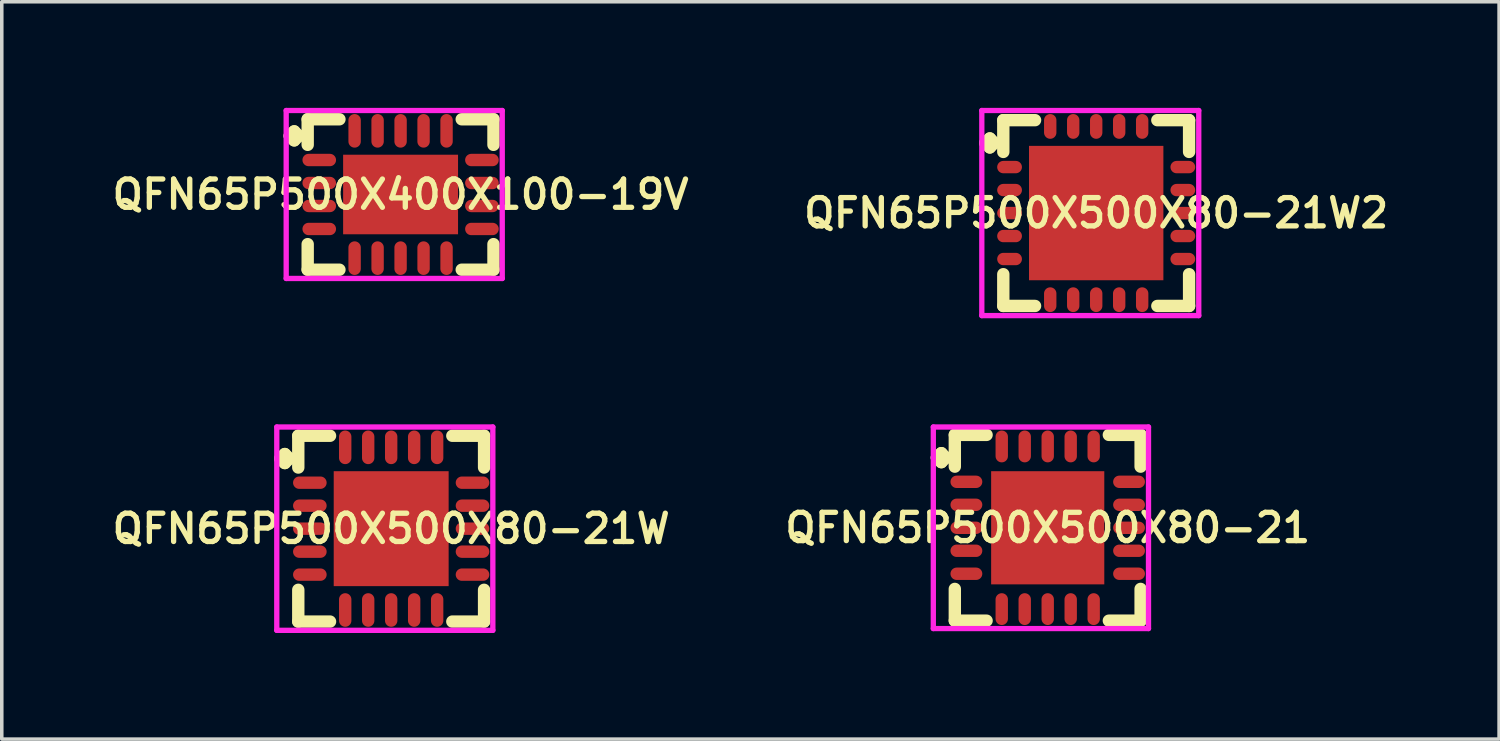
<source format=kicad_pcb>
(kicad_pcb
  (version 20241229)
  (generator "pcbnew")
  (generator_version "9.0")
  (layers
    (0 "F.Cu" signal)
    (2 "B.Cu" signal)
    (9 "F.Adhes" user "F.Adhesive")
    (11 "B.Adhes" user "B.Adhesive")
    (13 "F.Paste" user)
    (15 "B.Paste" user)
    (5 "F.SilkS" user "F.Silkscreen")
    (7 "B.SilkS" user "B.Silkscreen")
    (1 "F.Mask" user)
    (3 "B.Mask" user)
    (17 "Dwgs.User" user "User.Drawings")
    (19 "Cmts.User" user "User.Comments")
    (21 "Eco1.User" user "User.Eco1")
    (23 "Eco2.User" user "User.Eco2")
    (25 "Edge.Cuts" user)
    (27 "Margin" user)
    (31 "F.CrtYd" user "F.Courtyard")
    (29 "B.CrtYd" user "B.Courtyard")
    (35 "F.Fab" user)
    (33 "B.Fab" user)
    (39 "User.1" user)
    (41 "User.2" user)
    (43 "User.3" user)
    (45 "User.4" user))
  (footprint "QFN65P500X400X100-19V"
    (layer "F.Cu")
    (at 8.278 2.45)
    (property "Reference" "QFN65P500X400X100-19V" (at 0 0 0) (layer "F.SilkS") (effects (font (size 0.8 0.8) (thickness 0.15))))
    (attr smd)
    (fp_line (start -3.135 -1.658) (end -3.008 -1.785) (stroke (width 0.35) (type solid)) (layer "F.SilkS"))
    (fp_line (start -3.008 -1.785) (end -2.881 -1.658) (stroke (width 0.35) (type solid)) (layer "F.SilkS"))
    (fp_line (start -3.008 -1.531) (end -3.135 -1.658) (stroke (width 0.35) (type solid)) (layer "F.SilkS"))
    (fp_line (start -2.881 -1.658) (end -3.008 -1.531) (stroke (width 0.35) (type solid)) (layer "F.SilkS"))
    (fp_line (start -2.627 -2.127) (end -1.729 -2.127) (stroke (width 0.35) (type solid)) (layer "F.SilkS"))
    (fp_line (start -2.627 -1.404) (end -2.627 -2.127) (stroke (width 0.35) (type solid)) (layer "F.SilkS"))
    (fp_line (start -2.627 1.404) (end -2.627 2.127) (stroke (width 0.35) (type solid)) (layer "F.SilkS"))
    (fp_line (start -2.627 2.127) (end -1.729 2.127) (stroke (width 0.35) (type solid)) (layer "F.SilkS"))
    (fp_line (start 1.729 -2.127) (end 2.627 -2.127) (stroke (width 0.35) (type solid)) (layer "F.SilkS"))
    (fp_line (start 1.729 2.127) (end 2.627 2.127) (stroke (width 0.35) (type solid)) (layer "F.SilkS"))
    (fp_line (start 2.627 -2.127) (end 2.627 -1.404) (stroke (width 0.35) (type solid)) (layer "F.SilkS"))
    (fp_line (start 2.627 2.127) (end 2.627 1.404) (stroke (width 0.35) (type solid)) (layer "F.SilkS"))
    (fp_line (start -3.235 -2.375) (end 2.875 -2.375) (stroke (width 0.15) (type solid)) (layer "F.CrtYd"))
    (fp_line (start -3.235 2.375) (end -3.235 -2.375) (stroke (width 0.15) (type solid)) (layer "F.CrtYd"))
    (fp_line (start 2.875 -2.375) (end 2.875 2.375) (stroke (width 0.15) (type solid)) (layer "F.CrtYd"))
    (fp_line (start 2.875 2.375) (end -3.235 2.375) (stroke (width 0.15) (type solid)) (layer "F.CrtYd"))
    (pad "1" smd oval (at -2.3 -0.975) (size 0.95 0.35) (layers "F.Cu" "F.Mask" "F.Paste"))
    (pad "2" smd oval (at -2.3 -0.325) (size 0.95 0.35) (layers "F.Cu" "F.Mask" "F.Paste"))
    (pad "3" smd oval (at -2.3 0.325) (size 0.95 0.35) (layers "F.Cu" "F.Mask" "F.Paste"))
    (pad "4" smd oval (at -2.3 0.975) (size 0.95 0.35) (layers "F.Cu" "F.Mask" "F.Paste"))
    (pad "5" smd oval (at -1.3 1.8) (size 0.35 0.95) (layers "F.Cu" "F.Mask" "F.Paste"))
    (pad "6" smd oval (at -0.65 1.8) (size 0.35 0.95) (layers "F.Cu" "F.Mask" "F.Paste"))
    (pad "7" smd oval (at 0 1.8) (size 0.35 0.95) (layers "F.Cu" "F.Mask" "F.Paste"))
    (pad "8" smd oval (at 0.65 1.8) (size 0.35 0.95) (layers "F.Cu" "F.Mask" "F.Paste"))
    (pad "9" smd oval (at 1.3 1.8) (size 0.35 0.95) (layers "F.Cu" "F.Mask" "F.Paste"))
    (pad "10" smd oval (at 2.3 0.975) (size 0.95 0.35) (layers "F.Cu" "F.Mask" "F.Paste"))
    (pad "11" smd oval (at 2.3 0.325) (size 0.95 0.35) (layers "F.Cu" "F.Mask" "F.Paste"))
    (pad "12" smd oval (at 2.3 -0.325) (size 0.95 0.35) (layers "F.Cu" "F.Mask" "F.Paste"))
    (pad "13" smd oval (at 2.3 -0.975) (size 0.95 0.35) (layers "F.Cu" "F.Mask" "F.Paste"))
    (pad "14" smd oval (at 1.3 -1.8) (size 0.35 0.95) (layers "F.Cu" "F.Mask" "F.Paste"))
    (pad "15" smd oval (at 0.65 -1.8) (size 0.35 0.95) (layers "F.Cu" "F.Mask" "F.Paste"))
    (pad "16" smd oval (at 0 -1.8) (size 0.35 0.95) (layers "F.Cu" "F.Mask" "F.Paste"))
    (pad "17" smd oval (at -0.65 -1.8) (size 0.35 0.95) (layers "F.Cu" "F.Mask" "F.Paste"))
    (pad "18" smd oval (at -1.3 -1.8) (size 0.35 0.95) (layers "F.Cu" "F.Mask" "F.Paste"))
    (pad "19" smd rect (at 0 0) (size 3.25 2.25) (layers "F.Cu" "F.Mask" "F.Paste")))
  (footprint "QFN65P500X500X80-21W2"
    (layer "F.Cu")
    (at 27.949 2.975)
    (property "Reference" "QFN65P500X500X80-21W2" (at 0 0 0) (layer "F.SilkS") (effects (font (size 0.8 0.8) (thickness 0.15))))
    (attr through_hole)
    (fp_line (start -3.135 -1.983) (end -3.008 -2.11) (stroke (width 0.35) (type solid)) (layer "F.SilkS"))
    (fp_line (start -3.008 -2.11) (end -2.881 -1.983) (stroke (width 0.35) (type solid)) (layer "F.SilkS"))
    (fp_line (start -3.008 -1.856) (end -3.135 -1.983) (stroke (width 0.35) (type solid)) (layer "F.SilkS"))
    (fp_line (start -2.881 -1.983) (end -3.008 -1.856) (stroke (width 0.35) (type solid)) (layer "F.SilkS"))
    (fp_line (start -2.627 -2.627) (end -1.729 -2.627) (stroke (width 0.35) (type solid)) (layer "F.SilkS"))
    (fp_line (start -2.627 -1.729) (end -2.627 -2.627) (stroke (width 0.35) (type solid)) (layer "F.SilkS"))
    (fp_line (start -2.627 1.729) (end -2.627 2.627) (stroke (width 0.35) (type solid)) (layer "F.SilkS"))
    (fp_line (start -2.627 2.627) (end -1.729 2.627) (stroke (width 0.35) (type solid)) (layer "F.SilkS"))
    (fp_line (start 1.729 -2.627) (end 2.627 -2.627) (stroke (width 0.35) (type solid)) (layer "F.SilkS"))
    (fp_line (start 1.729 2.627) (end 2.627 2.627) (stroke (width 0.35) (type solid)) (layer "F.SilkS"))
    (fp_line (start 2.627 -2.627) (end 2.627 -1.729) (stroke (width 0.35) (type solid)) (layer "F.SilkS"))
    (fp_line (start 2.627 2.627) (end 2.627 1.729) (stroke (width 0.35) (type solid)) (layer "F.SilkS"))
    (fp_line (start -3.235 -2.9) (end 2.9 -2.9) (stroke (width 0.15) (type solid)) (layer "F.CrtYd"))
    (fp_line (start -3.235 2.9) (end -3.235 -2.9) (stroke (width 0.15) (type solid)) (layer "F.CrtYd"))
    (fp_line (start 2.9 -2.9) (end 2.9 2.9) (stroke (width 0.15) (type solid)) (layer "F.CrtYd"))
    (fp_line (start 2.9 2.9) (end -3.235 2.9) (stroke (width 0.15) (type solid)) (layer "F.CrtYd"))
    (pad "1" smd oval (at -2.45 -1.3) (size 0.7 0.35) (layers "F.Cu" "F.Mask" "F.Paste"))
    (pad "2" smd oval (at -2.45 -0.65) (size 0.7 0.35) (layers "F.Cu" "F.Mask" "F.Paste"))
    (pad "3" smd oval (at -2.45 0) (size 0.7 0.35) (layers "F.Cu" "F.Mask" "F.Paste"))
    (pad "4" smd oval (at -2.45 0.65) (size 0.7 0.35) (layers "F.Cu" "F.Mask" "F.Paste"))
    (pad "5" smd oval (at -2.45 1.3) (size 0.7 0.35) (layers "F.Cu" "F.Mask" "F.Paste"))
    (pad "6" smd oval (at -1.3 2.45) (size 0.35 0.7) (layers "F.Cu" "F.Mask" "F.Paste"))
    (pad "7" smd oval (at -0.65 2.45) (size 0.35 0.7) (layers "F.Cu" "F.Mask" "F.Paste"))
    (pad "8" smd oval (at 0 2.45) (size 0.35 0.7) (layers "F.Cu" "F.Mask" "F.Paste"))
    (pad "9" smd oval (at 0.65 2.45) (size 0.35 0.7) (layers "F.Cu" "F.Mask" "F.Paste"))
    (pad "10" smd oval (at 1.3 2.45) (size 0.35 0.7) (layers "F.Cu" "F.Mask" "F.Paste"))
    (pad "11" smd oval (at 2.45 1.3) (size 0.7 0.35) (layers "F.Cu" "F.Mask" "F.Paste"))
    (pad "12" smd oval (at 2.45 0.65) (size 0.7 0.35) (layers "F.Cu" "F.Mask" "F.Paste"))
    (pad "13" smd oval (at 2.45 0) (size 0.7 0.35) (layers "F.Cu" "F.Mask" "F.Paste"))
    (pad "14" smd oval (at 2.45 -0.65) (size 0.7 0.35) (layers "F.Cu" "F.Mask" "F.Paste"))
    (pad "15" smd oval (at 2.45 -1.3) (size 0.7 0.35) (layers "F.Cu" "F.Mask" "F.Paste"))
    (pad "16" smd oval (at 1.3 -2.45) (size 0.35 0.7) (layers "F.Cu" "F.Mask" "F.Paste"))
    (pad "17" smd oval (at 0.65 -2.45) (size 0.35 0.7) (layers "F.Cu" "F.Mask" "F.Paste"))
    (pad "18" smd oval (at 0 -2.45) (size 0.35 0.7) (layers "F.Cu" "F.Mask" "F.Paste"))
    (pad "19" smd oval (at -0.65 -2.45) (size 0.35 0.7) (layers "F.Cu" "F.Mask" "F.Paste"))
    (pad "20" smd oval (at -1.3 -2.45) (size 0.35 0.7) (layers "F.Cu" "F.Mask" "F.Paste"))
    (pad "21" smd rect (at 0 0) (size 3.8 3.8) (layers "F.Cu" "F.Mask" "F.Paste")))
  (footprint "QFN65P500X500X80-21"
    (layer "F.Cu")
    (at 26.578 11.875)
    (property "Reference" "QFN65P500X500X80-21" (at 0 0 0) (layer "F.SilkS") (effects (font (size 0.8 0.8) (thickness 0.15))))
    (attr through_hole)
    (fp_line (start -3.135 -1.983) (end -3.008 -2.11) (stroke (width 0.35) (type solid)) (layer "F.SilkS"))
    (fp_line (start -3.008 -2.11) (end -2.881 -1.983) (stroke (width 0.35) (type solid)) (layer "F.SilkS"))
    (fp_line (start -3.008 -1.856) (end -3.135 -1.983) (stroke (width 0.35) (type solid)) (layer "F.SilkS"))
    (fp_line (start -2.881 -1.983) (end -3.008 -1.856) (stroke (width 0.35) (type solid)) (layer "F.SilkS"))
    (fp_line (start -2.627 -2.627) (end -1.729 -2.627) (stroke (width 0.35) (type solid)) (layer "F.SilkS"))
    (fp_line (start -2.627 -1.729) (end -2.627 -2.627) (stroke (width 0.35) (type solid)) (layer "F.SilkS"))
    (fp_line (start -2.627 1.729) (end -2.627 2.627) (stroke (width 0.35) (type solid)) (layer "F.SilkS"))
    (fp_line (start -2.627 2.627) (end -1.729 2.627) (stroke (width 0.35) (type solid)) (layer "F.SilkS"))
    (fp_line (start 1.729 -2.627) (end 2.627 -2.627) (stroke (width 0.35) (type solid)) (layer "F.SilkS"))
    (fp_line (start 1.729 2.627) (end 2.627 2.627) (stroke (width 0.35) (type solid)) (layer "F.SilkS"))
    (fp_line (start 2.627 -2.627) (end 2.627 -1.729) (stroke (width 0.35) (type solid)) (layer "F.SilkS"))
    (fp_line (start 2.627 2.627) (end 2.627 1.729) (stroke (width 0.35) (type solid)) (layer "F.SilkS"))
    (fp_line (start -3.235 -2.85) (end 2.85 -2.85) (stroke (width 0.15) (type solid)) (layer "F.CrtYd"))
    (fp_line (start -3.235 2.85) (end -3.235 -2.85) (stroke (width 0.15) (type solid)) (layer "F.CrtYd"))
    (fp_line (start 2.85 -2.85) (end 2.85 2.85) (stroke (width 0.15) (type solid)) (layer "F.CrtYd"))
    (fp_line (start 2.85 2.85) (end -3.235 2.85) (stroke (width 0.15) (type solid)) (layer "F.CrtYd"))
    (pad "1" smd oval (at -2.3 -1.3) (size 0.9 0.35) (layers "F.Cu" "F.Mask" "F.Paste"))
    (pad "2" smd oval (at -2.3 -0.65) (size 0.9 0.35) (layers "F.Cu" "F.Mask" "F.Paste"))
    (pad "3" smd oval (at -2.3 0) (size 0.9 0.35) (layers "F.Cu" "F.Mask" "F.Paste"))
    (pad "4" smd oval (at -2.3 0.65) (size 0.9 0.35) (layers "F.Cu" "F.Mask" "F.Paste"))
    (pad "5" smd oval (at -2.3 1.3) (size 0.9 0.35) (layers "F.Cu" "F.Mask" "F.Paste"))
    (pad "6" smd oval (at -1.3 2.3) (size 0.35 0.9) (layers "F.Cu" "F.Mask" "F.Paste"))
    (pad "7" smd oval (at -0.65 2.3) (size 0.35 0.9) (layers "F.Cu" "F.Mask" "F.Paste"))
    (pad "8" smd oval (at 0 2.3) (size 0.35 0.9) (layers "F.Cu" "F.Mask" "F.Paste"))
    (pad "9" smd oval (at 0.65 2.3) (size 0.35 0.9) (layers "F.Cu" "F.Mask" "F.Paste"))
    (pad "10" smd oval (at 1.3 2.3) (size 0.35 0.9) (layers "F.Cu" "F.Mask" "F.Paste"))
    (pad "11" smd oval (at 2.3 1.3) (size 0.9 0.35) (layers "F.Cu" "F.Mask" "F.Paste"))
    (pad "12" smd oval (at 2.3 0.65) (size 0.9 0.35) (layers "F.Cu" "F.Mask" "F.Paste"))
    (pad "13" smd oval (at 2.3 0) (size 0.9 0.35) (layers "F.Cu" "F.Mask" "F.Paste"))
    (pad "14" smd oval (at 2.3 -0.65) (size 0.9 0.35) (layers "F.Cu" "F.Mask" "F.Paste"))
    (pad "15" smd oval (at 2.3 -1.3) (size 0.9 0.35) (layers "F.Cu" "F.Mask" "F.Paste"))
    (pad "16" smd oval (at 1.3 -2.3) (size 0.35 0.9) (layers "F.Cu" "F.Mask" "F.Paste"))
    (pad "17" smd oval (at 0.65 -2.3) (size 0.35 0.9) (layers "F.Cu" "F.Mask" "F.Paste"))
    (pad "18" smd oval (at 0 -2.3) (size 0.35 0.9) (layers "F.Cu" "F.Mask" "F.Paste"))
    (pad "19" smd oval (at -0.65 -2.3) (size 0.35 0.9) (layers "F.Cu" "F.Mask" "F.Paste"))
    (pad "20" smd oval (at -1.3 -2.3) (size 0.35 0.9) (layers "F.Cu" "F.Mask" "F.Paste"))
    (pad "21" smd rect (at 0 0) (size 3.2 3.2) (layers "F.Cu" "F.Mask" "F.Paste")))
  (footprint "QFN65P500X500X80-21W"
    (layer "F.Cu")
    (at 8.012 11.9)
    (property "Reference" "QFN65P500X500X80-21W" (at 0 0 0) (layer "F.SilkS") (effects (font (size 0.8 0.8) (thickness 0.15))))
    (attr smd)
    (fp_line (start -3.135 -1.983) (end -3.008 -2.11) (stroke (width 0.35) (type solid)) (layer "F.SilkS"))
    (fp_line (start -3.008 -2.11) (end -2.881 -1.983) (stroke (width 0.35) (type solid)) (layer "F.SilkS"))
    (fp_line (start -3.008 -1.856) (end -3.135 -1.983) (stroke (width 0.35) (type solid)) (layer "F.SilkS"))
    (fp_line (start -2.881 -1.983) (end -3.008 -1.856) (stroke (width 0.35) (type solid)) (layer "F.SilkS"))
    (fp_line (start -2.627 -2.627) (end -1.729 -2.627) (stroke (width 0.35) (type solid)) (layer "F.SilkS"))
    (fp_line (start -2.627 -1.729) (end -2.627 -2.627) (stroke (width 0.35) (type solid)) (layer "F.SilkS"))
    (fp_line (start -2.627 1.729) (end -2.627 2.627) (stroke (width 0.35) (type solid)) (layer "F.SilkS"))
    (fp_line (start -2.627 2.627) (end -1.729 2.627) (stroke (width 0.35) (type solid)) (layer "F.SilkS"))
    (fp_line (start 1.729 -2.627) (end 2.627 -2.627) (stroke (width 0.35) (type solid)) (layer "F.SilkS"))
    (fp_line (start 1.729 2.627) (end 2.627 2.627) (stroke (width 0.35) (type solid)) (layer "F.SilkS"))
    (fp_line (start 2.627 -2.627) (end 2.627 -1.729) (stroke (width 0.35) (type solid)) (layer "F.SilkS"))
    (fp_line (start 2.627 2.627) (end 2.627 1.729) (stroke (width 0.35) (type solid)) (layer "F.SilkS"))
    (fp_line (start -3.235 -2.875) (end 2.875 -2.875) (stroke (width 0.15) (type solid)) (layer "F.CrtYd"))
    (fp_line (start -3.235 2.875) (end -3.235 -2.875) (stroke (width 0.15) (type solid)) (layer "F.CrtYd"))
    (fp_line (start 2.875 -2.875) (end 2.875 2.875) (stroke (width 0.15) (type solid)) (layer "F.CrtYd"))
    (fp_line (start 2.875 2.875) (end -3.235 2.875) (stroke (width 0.15) (type solid)) (layer "F.CrtYd"))
    (pad "1" smd oval (at -2.3 -1.3) (size 0.95 0.35) (layers "F.Cu" "F.Mask" "F.Paste"))
    (pad "2" smd oval (at -2.3 -0.65) (size 0.95 0.35) (layers "F.Cu" "F.Mask" "F.Paste"))
    (pad "3" smd oval (at -2.3 0) (size 0.95 0.35) (layers "F.Cu" "F.Mask" "F.Paste"))
    (pad "4" smd oval (at -2.3 0.65) (size 0.95 0.35) (layers "F.Cu" "F.Mask" "F.Paste"))
    (pad "5" smd oval (at -2.3 1.3) (size 0.95 0.35) (layers "F.Cu" "F.Mask" "F.Paste"))
    (pad "6" smd oval (at -1.3 2.3) (size 0.35 0.95) (layers "F.Cu" "F.Mask" "F.Paste"))
    (pad "7" smd oval (at -0.65 2.3) (size 0.35 0.95) (layers "F.Cu" "F.Mask" "F.Paste"))
    (pad "8" smd oval (at 0 2.3) (size 0.35 0.95) (layers "F.Cu" "F.Mask" "F.Paste"))
    (pad "9" smd oval (at 0.65 2.3) (size 0.35 0.95) (layers "F.Cu" "F.Mask" "F.Paste"))
    (pad "10" smd oval (at 1.3 2.3) (size 0.35 0.95) (layers "F.Cu" "F.Mask" "F.Paste"))
    (pad "11" smd oval (at 2.3 1.3) (size 0.95 0.35) (layers "F.Cu" "F.Mask" "F.Paste"))
    (pad "12" smd oval (at 2.3 0.65) (size 0.95 0.35) (layers "F.Cu" "F.Mask" "F.Paste"))
    (pad "13" smd oval (at 2.3 0) (size 0.95 0.35) (layers "F.Cu" "F.Mask" "F.Paste"))
    (pad "14" smd oval (at 2.3 -0.65) (size 0.95 0.35) (layers "F.Cu" "F.Mask" "F.Paste"))
    (pad "15" smd oval (at 2.3 -1.3) (size 0.95 0.35) (layers "F.Cu" "F.Mask" "F.Paste"))
    (pad "16" smd oval (at 1.3 -2.3) (size 0.35 0.95) (layers "F.Cu" "F.Mask" "F.Paste"))
    (pad "17" smd oval (at 0.65 -2.3) (size 0.35 0.95) (layers "F.Cu" "F.Mask" "F.Paste"))
    (pad "18" smd oval (at 0 -2.3) (size 0.35 0.95) (layers "F.Cu" "F.Mask" "F.Paste"))
    (pad "19" smd oval (at -0.65 -2.3) (size 0.35 0.95) (layers "F.Cu" "F.Mask" "F.Paste"))
    (pad "20" smd oval (at -1.3 -2.3) (size 0.35 0.95) (layers "F.Cu" "F.Mask" "F.Paste"))
    (pad "21" smd rect (at 0 0) (size 3.25 3.25) (layers "F.Cu" "F.Mask" "F.Paste")))
  (gr_rect
    (start -3 -3)
    (end 39.342 17.85)
    (stroke (width 0.1) (type default))
    (fill no)
    (layer "Edge.Cuts")))
</source>
